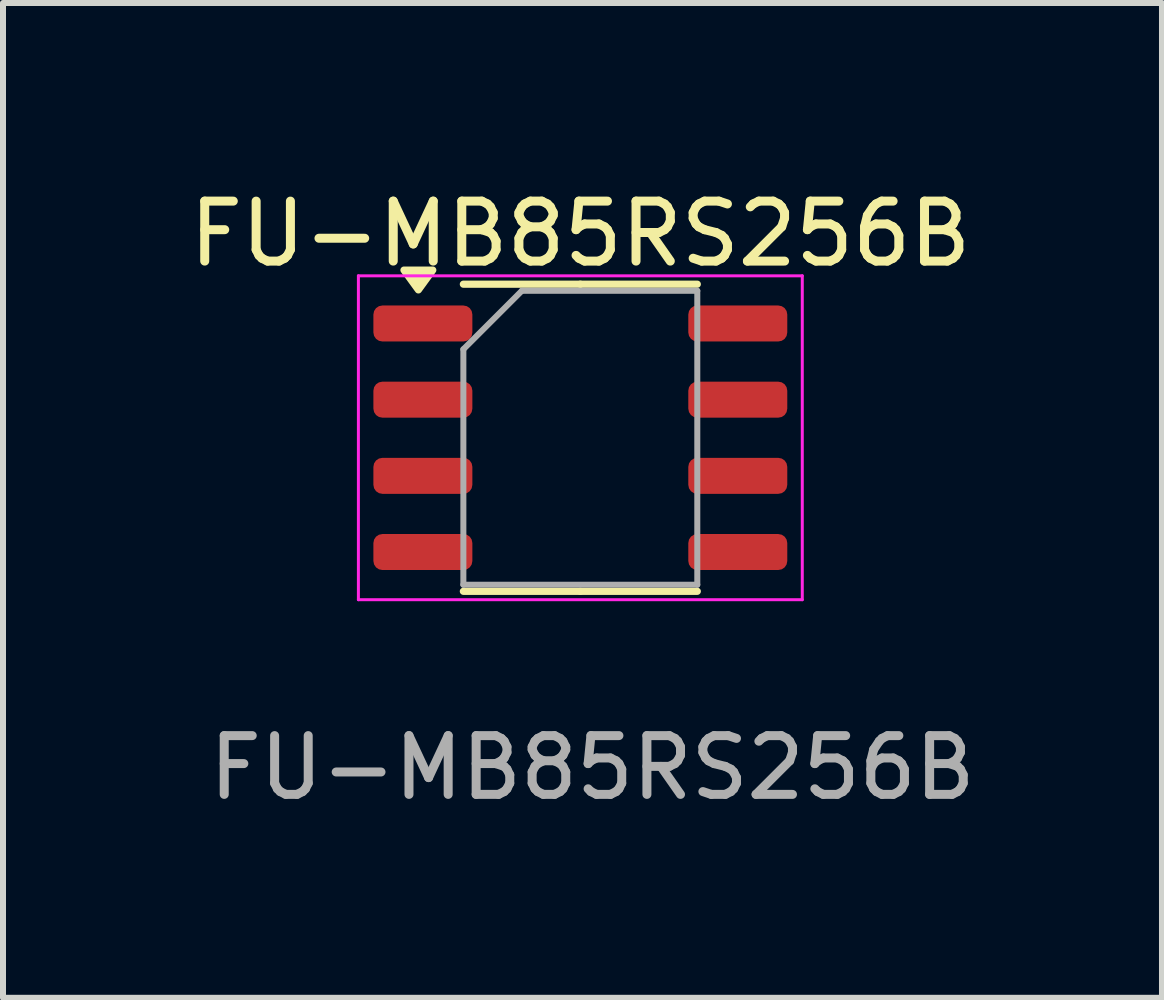
<source format=kicad_pcb>
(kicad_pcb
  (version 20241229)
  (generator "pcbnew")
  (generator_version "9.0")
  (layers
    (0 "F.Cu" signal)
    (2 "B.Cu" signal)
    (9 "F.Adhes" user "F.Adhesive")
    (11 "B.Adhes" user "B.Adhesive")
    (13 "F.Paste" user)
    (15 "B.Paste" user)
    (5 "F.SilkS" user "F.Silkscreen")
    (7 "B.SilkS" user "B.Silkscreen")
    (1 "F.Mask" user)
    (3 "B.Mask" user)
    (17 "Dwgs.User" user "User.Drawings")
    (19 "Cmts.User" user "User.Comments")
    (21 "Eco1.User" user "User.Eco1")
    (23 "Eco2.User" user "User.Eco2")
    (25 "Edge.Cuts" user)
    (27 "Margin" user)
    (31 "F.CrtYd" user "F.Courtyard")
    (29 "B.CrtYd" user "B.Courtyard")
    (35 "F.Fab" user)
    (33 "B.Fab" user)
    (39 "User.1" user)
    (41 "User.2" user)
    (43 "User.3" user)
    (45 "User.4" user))
  (footprint "FU-MB85RS256B"
    (layer "F.Cu")
    (at 6.625 4.248)
    (property "Reference" "FU-MB85RS256B" (at 0 -3.4 0) (layer "F.SilkS") (effects (font (size 1 1) (thickness 0.15))))
    (attr smd)
    (fp_line (start 0 -2.56) (end -1.95 -2.56) (stroke (width 0.12) (type solid)) (layer "F.SilkS"))
    (fp_line (start 0 -2.56) (end 1.95 -2.56) (stroke (width 0.12) (type solid)) (layer "F.SilkS"))
    (fp_line (start 0 2.56) (end -1.95 2.56) (stroke (width 0.12) (type solid)) (layer "F.SilkS"))
    (fp_line (start 0 2.56) (end 1.95 2.56) (stroke (width 0.12) (type solid)) (layer "F.SilkS"))
    (fp_poly (pts (xy -2.7 -2.465) (xy -2.94 -2.795) (xy -2.46 -2.795) (xy -2.7 -2.465)) (stroke (width 0.12) (type solid)) (fill yes) (layer "F.SilkS"))
    (fp_line (start -3.7 -2.7) (end -3.7 2.7) (stroke (width 0.05) (type solid)) (layer "F.CrtYd"))
    (fp_line (start -3.7 2.7) (end 3.7 2.7) (stroke (width 0.05) (type solid)) (layer "F.CrtYd"))
    (fp_line (start 3.7 -2.7) (end -3.7 -2.7) (stroke (width 0.05) (type solid)) (layer "F.CrtYd"))
    (fp_line (start 3.7 2.7) (end 3.7 -2.7) (stroke (width 0.05) (type solid)) (layer "F.CrtYd"))
    (fp_line (start -1.95 -1.475) (end -0.975 -2.45) (stroke (width 0.1) (type solid)) (layer "F.Fab"))
    (fp_line (start -1.95 2.45) (end -1.95 -1.475) (stroke (width 0.1) (type solid)) (layer "F.Fab"))
    (fp_line (start -0.975 -2.45) (end 1.95 -2.45) (stroke (width 0.1) (type solid)) (layer "F.Fab"))
    (fp_line (start 1.95 -2.45) (end 1.95 2.45) (stroke (width 0.1) (type solid)) (layer "F.Fab"))
    (fp_line (start 1.95 2.45) (end -1.95 2.45) (stroke (width 0.1) (type solid)) (layer "F.Fab"))
    (fp_text user "${REFERENCE}" (at 0.2 5.5 0) (layer "F.Fab") (effects (font (size 0.98 0.98) (thickness 0.15))))
    (pad "1" smd roundrect (at -2.625 -1.905) (size 1.65 0.6) (layers "F.Cu" "F.Mask" "F.Paste") (roundrect_rratio 0.25))
    (pad "2" smd roundrect (at -2.625 -0.635) (size 1.65 0.6) (layers "F.Cu" "F.Mask" "F.Paste") (roundrect_rratio 0.25))
    (pad "3" smd roundrect (at -2.625 0.635) (size 1.65 0.6) (layers "F.Cu" "F.Mask" "F.Paste") (roundrect_rratio 0.25))
    (pad "4" smd roundrect (at -2.625 1.905) (size 1.65 0.6) (layers "F.Cu" "F.Mask" "F.Paste") (roundrect_rratio 0.25))
    (pad "5" smd roundrect (at 2.625 1.905) (size 1.65 0.6) (layers "F.Cu" "F.Mask" "F.Paste") (roundrect_rratio 0.25))
    (pad "6" smd roundrect (at 2.625 0.635) (size 1.65 0.6) (layers "F.Cu" "F.Mask" "F.Paste") (roundrect_rratio 0.25))
    (pad "7" smd roundrect (at 2.625 -0.635) (size 1.65 0.6) (layers "F.Cu" "F.Mask" "F.Paste") (roundrect_rratio 0.25))
    (pad "8" smd roundrect (at 2.625 -1.905) (size 1.65 0.6) (layers "F.Cu" "F.Mask" "F.Paste") (roundrect_rratio 0.25)))
  (gr_rect
    (start -3 -3)
    (end 16.322 13.585)
    (stroke (width 0.1) (type default))
    (fill no)
    (layer "Edge.Cuts")))
</source>
